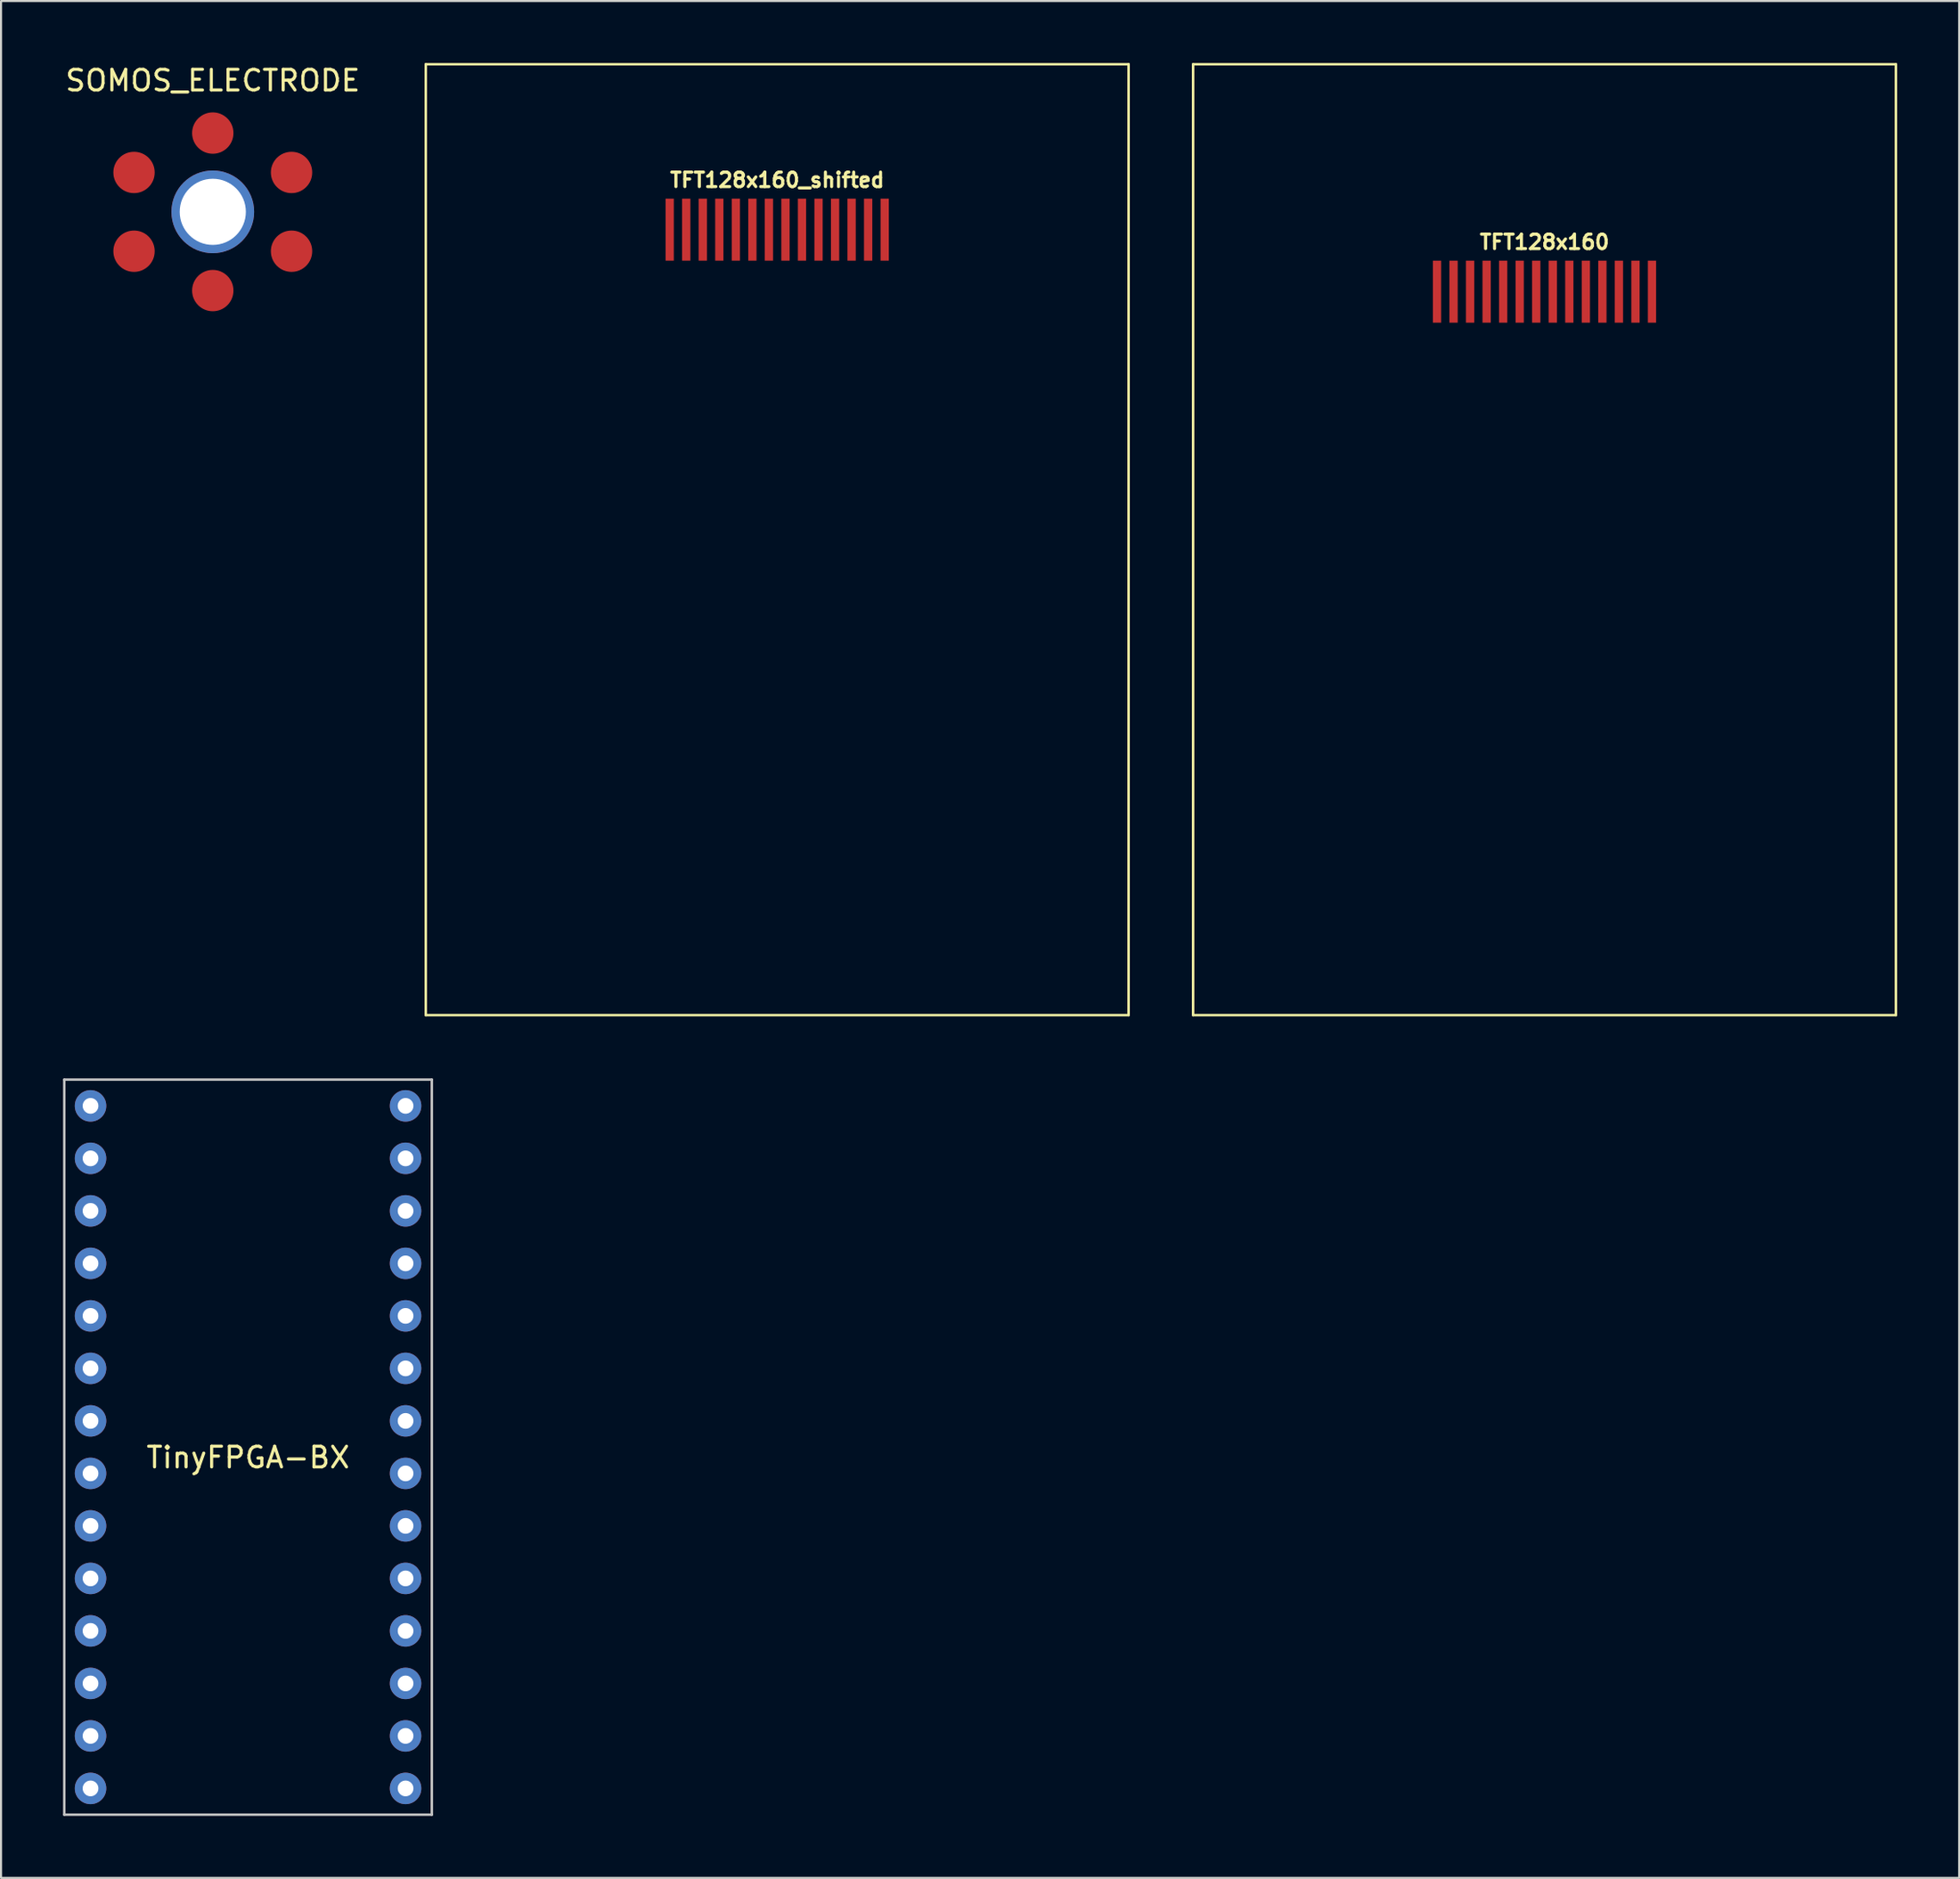
<source format=kicad_pcb>
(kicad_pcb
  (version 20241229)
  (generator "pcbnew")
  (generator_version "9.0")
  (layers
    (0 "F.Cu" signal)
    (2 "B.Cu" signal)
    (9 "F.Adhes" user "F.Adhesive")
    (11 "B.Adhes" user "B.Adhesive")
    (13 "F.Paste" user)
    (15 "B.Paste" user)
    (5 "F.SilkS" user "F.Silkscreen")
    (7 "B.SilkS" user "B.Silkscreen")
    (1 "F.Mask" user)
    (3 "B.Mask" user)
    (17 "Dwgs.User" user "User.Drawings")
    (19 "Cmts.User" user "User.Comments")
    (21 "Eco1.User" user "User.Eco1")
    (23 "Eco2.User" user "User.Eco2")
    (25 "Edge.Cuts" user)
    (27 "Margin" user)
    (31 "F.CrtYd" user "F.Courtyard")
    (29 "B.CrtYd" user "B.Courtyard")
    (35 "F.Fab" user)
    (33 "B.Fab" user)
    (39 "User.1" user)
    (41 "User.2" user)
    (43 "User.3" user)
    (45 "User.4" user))
  (footprint "TFT128x160"
    (layer "F.Cu")
    (at 71.668 11.06)
    (property "Reference" "TFT128x160" (at 0 -2.4 0) (layer "F.SilkS") (effects (font (size 0.7 0.7) (thickness 0.15))))
    (attr through_hole)
    (fp_line (start -17 -11) (end -17 35) (stroke (width 0.12) (type solid)) (layer "F.SilkS"))
    (fp_line (start -17 -11) (end 17 -11) (stroke (width 0.12) (type solid)) (layer "F.SilkS"))
    (fp_line (start -17 35) (end 17 35) (stroke (width 0.12) (type solid)) (layer "F.SilkS"))
    (fp_line (start 17 35) (end 17 -11) (stroke (width 0.12) (type solid)) (layer "F.SilkS"))
    (pad "1" smd rect (at -5.2 0) (size 0.4 3) (layers "F.Cu" "F.Mask" "F.Paste"))
    (pad "2" smd rect (at -4.4 0) (size 0.4 3) (layers "F.Cu" "F.Mask" "F.Paste"))
    (pad "3" smd rect (at -3.6 0) (size 0.4 3) (layers "F.Cu" "F.Mask" "F.Paste"))
    (pad "4" smd rect (at -2.8 0) (size 0.4 3) (layers "F.Cu" "F.Mask" "F.Paste"))
    (pad "5" smd rect (at -2 0) (size 0.4 3) (layers "F.Cu" "F.Mask" "F.Paste"))
    (pad "6" smd rect (at -1.2 0) (size 0.4 3) (layers "F.Cu" "F.Mask" "F.Paste"))
    (pad "7" smd rect (at -0.4 0) (size 0.4 3) (layers "F.Cu" "F.Mask" "F.Paste"))
    (pad "8" smd rect (at 0.4 0) (size 0.4 3) (layers "F.Cu" "F.Mask" "F.Paste"))
    (pad "9" smd rect (at 1.2 0) (size 0.4 3) (layers "F.Cu" "F.Mask" "F.Paste"))
    (pad "10" smd rect (at 2 0) (size 0.4 3) (layers "F.Cu" "F.Mask" "F.Paste"))
    (pad "11" smd rect (at 2.8 0) (size 0.4 3) (layers "F.Cu" "F.Mask" "F.Paste"))
    (pad "12" smd rect (at 3.6 0) (size 0.4 3) (layers "F.Cu" "F.Mask" "F.Paste"))
    (pad "13" smd rect (at 4.4 0) (size 0.4 3) (layers "F.Cu" "F.Mask" "F.Paste"))
    (pad "14" smd rect (at 5.2 0) (size 0.4 3) (layers "F.Cu" "F.Mask" "F.Paste")))
  (footprint "TFT128x160_shifted"
    (layer "F.Cu")
    (at 34.548 11.06)
    (property "Reference" "TFT128x160_shifted" (at 0 -5.4 0) (layer "F.SilkS") (effects (font (size 0.7 0.7) (thickness 0.15))))
    (attr through_hole)
    (fp_line (start -17 -11) (end -17 35) (stroke (width 0.12) (type solid)) (layer "F.SilkS"))
    (fp_line (start -17 -11) (end 17 -11) (stroke (width 0.12) (type solid)) (layer "F.SilkS"))
    (fp_line (start -17 35) (end 17 35) (stroke (width 0.12) (type solid)) (layer "F.SilkS"))
    (fp_line (start 17 35) (end 17 -11) (stroke (width 0.12) (type solid)) (layer "F.SilkS"))
    (pad "1" smd rect (at -5.2 -3) (size 0.4 3) (layers "F.Cu" "F.Mask" "F.Paste"))
    (pad "2" smd rect (at -4.4 -3) (size 0.4 3) (layers "F.Cu" "F.Mask" "F.Paste"))
    (pad "3" smd rect (at -3.6 -3) (size 0.4 3) (layers "F.Cu" "F.Mask" "F.Paste"))
    (pad "4" smd rect (at -2.8 -3) (size 0.4 3) (layers "F.Cu" "F.Mask" "F.Paste"))
    (pad "5" smd rect (at -2 -3) (size 0.4 3) (layers "F.Cu" "F.Mask" "F.Paste"))
    (pad "6" smd rect (at -1.2 -3) (size 0.4 3) (layers "F.Cu" "F.Mask" "F.Paste"))
    (pad "7" smd rect (at -0.4 -3) (size 0.4 3) (layers "F.Cu" "F.Mask" "F.Paste"))
    (pad "8" smd rect (at 0.4 -3) (size 0.4 3) (layers "F.Cu" "F.Mask" "F.Paste"))
    (pad "9" smd rect (at 1.2 -3) (size 0.4 3) (layers "F.Cu" "F.Mask" "F.Paste"))
    (pad "10" smd rect (at 2 -3) (size 0.4 3) (layers "F.Cu" "F.Mask" "F.Paste"))
    (pad "11" smd rect (at 2.8 -3) (size 0.4 3) (layers "F.Cu" "F.Mask" "F.Paste"))
    (pad "12" smd rect (at 3.6 -3) (size 0.4 3) (layers "F.Cu" "F.Mask" "F.Paste"))
    (pad "13" smd rect (at 4.4 -3) (size 0.4 3) (layers "F.Cu" "F.Mask" "F.Paste"))
    (pad "14" smd rect (at 5.2 -3) (size 0.4 3) (layers "F.Cu" "F.Mask" "F.Paste")))
  (footprint "TinyFPGA-BX"
    (layer "F.Cu")
    (at 8.95 66.96)
    (property "Reference" "TinyFPGA-BX" (at 0 0.5 0) (layer "F.SilkS") (effects (font (size 1 1) (thickness 0.15))))
    (attr through_hole)
    (fp_line (start -8.89 -17.78) (end 8.89 -17.78) (stroke (width 0.12) (type solid)) (layer "Dwgs.User"))
    (fp_line (start -8.89 17.78) (end -8.89 -17.78) (stroke (width 0.12) (type solid)) (layer "Dwgs.User"))
    (fp_line (start 8.89 -17.78) (end 8.89 17.78) (stroke (width 0.12) (type solid)) (layer "Dwgs.User"))
    (fp_line (start 8.89 17.78) (end -8.89 17.78) (stroke (width 0.12) (type solid)) (layer "Dwgs.User"))
    (pad "0" thru_hole circle (at -7.62 -16.51) (size 1.524 1.524) (drill 0.762) (layers "*.Cu" "*.Mask"))
    (pad "1" thru_hole circle (at -7.62 -13.97) (size 1.524 1.524) (drill 0.762) (layers "*.Cu" "*.Mask"))
    (pad "2" thru_hole circle (at -7.62 -11.43) (size 1.524 1.524) (drill 0.762) (layers "*.Cu" "*.Mask"))
    (pad "3" thru_hole circle (at -7.62 -8.89) (size 1.524 1.524) (drill 0.762) (layers "*.Cu" "*.Mask"))
    (pad "4" thru_hole circle (at -7.62 -6.35) (size 1.524 1.524) (drill 0.762) (layers "*.Cu" "*.Mask"))
    (pad "5" thru_hole circle (at -7.62 -3.81) (size 1.524 1.524) (drill 0.762) (layers "*.Cu" "*.Mask"))
    (pad "6" thru_hole circle (at -7.62 -1.27) (size 1.524 1.524) (drill 0.762) (layers "*.Cu" "*.Mask"))
    (pad "7" thru_hole circle (at -7.62 1.27) (size 1.524 1.524) (drill 0.762) (layers "*.Cu" "*.Mask"))
    (pad "8" thru_hole circle (at -7.62 3.81) (size 1.524 1.524) (drill 0.762) (layers "*.Cu" "*.Mask"))
    (pad "9" thru_hole circle (at -7.62 6.35) (size 1.524 1.524) (drill 0.762) (layers "*.Cu" "*.Mask"))
    (pad "10" thru_hole circle (at -7.62 8.89) (size 1.524 1.524) (drill 0.762) (layers "*.Cu" "*.Mask"))
    (pad "11" thru_hole circle (at -7.62 11.43) (size 1.524 1.524) (drill 0.762) (layers "*.Cu" "*.Mask"))
    (pad "12" thru_hole circle (at -7.62 13.97) (size 1.524 1.524) (drill 0.762) (layers "*.Cu" "*.Mask"))
    (pad "13" thru_hole circle (at -7.62 16.51) (size 1.524 1.524) (drill 0.762) (layers "*.Cu" "*.Mask"))
    (pad "14" thru_hole circle (at 7.62 16.51) (size 1.524 1.524) (drill 0.762) (layers "*.Cu" "*.Mask"))
    (pad "15" thru_hole circle (at 7.62 13.97) (size 1.524 1.524) (drill 0.762) (layers "*.Cu" "*.Mask"))
    (pad "16" thru_hole circle (at 7.62 11.43) (size 1.524 1.524) (drill 0.762) (layers "*.Cu" "*.Mask"))
    (pad "17" thru_hole circle (at 7.62 8.89) (size 1.524 1.524) (drill 0.762) (layers "*.Cu" "*.Mask"))
    (pad "18" thru_hole circle (at 7.62 6.35) (size 1.524 1.524) (drill 0.762) (layers "*.Cu" "*.Mask"))
    (pad "19" thru_hole circle (at 7.62 3.81) (size 1.524 1.524) (drill 0.762) (layers "*.Cu" "*.Mask"))
    (pad "20" thru_hole circle (at 7.62 1.27) (size 1.524 1.524) (drill 0.762) (layers "*.Cu" "*.Mask"))
    (pad "21" thru_hole circle (at 7.62 -1.27) (size 1.524 1.524) (drill 0.762) (layers "*.Cu" "*.Mask"))
    (pad "22" thru_hole circle (at 7.62 -3.81) (size 1.524 1.524) (drill 0.762) (layers "*.Cu" "*.Mask"))
    (pad "23" thru_hole circle (at 7.62 -6.35) (size 1.524 1.524) (drill 0.762) (layers "*.Cu" "*.Mask"))
    (pad "24" thru_hole circle (at 7.62 -8.89) (size 1.524 1.524) (drill 0.762) (layers "*.Cu" "*.Mask"))
    (pad "25" thru_hole circle (at 7.62 -11.43) (size 1.524 1.524) (drill 0.762) (layers "*.Cu" "*.Mask"))
    (pad "26" thru_hole circle (at 7.62 -13.97) (size 1.524 1.524) (drill 0.762) (layers "*.Cu" "*.Mask"))
    (pad "27" thru_hole circle (at 7.62 -16.51) (size 1.524 1.524) (drill 0.762) (layers "*.Cu" "*.Mask")))
  (footprint "SOMOS_ELECTRODE"
    (layer "F.Cu")
    (at 7.244 7.198)
    (property "Reference" "SOMOS_ELECTRODE" (at 0 -6.35 0) (layer "F.SilkS") (effects (font (size 1 1) (thickness 0.15))))
    (attr through_hole)
    (pad "1" smd circle (at -3.81 -1.905) (size 2 2) (layers "F.Cu" "F.Mask" "F.Paste"))
    (pad "1" smd circle (at -3.81 1.905) (size 2 2) (layers "F.Cu" "F.Mask" "F.Paste"))
    (pad "1" smd circle (at 0 -3.81) (size 2 2) (layers "F.Cu" "F.Mask" "F.Paste"))
    (pad "1" thru_hole circle (at 0 0) (size 4 4) (drill 3.2) (layers "*.Cu" "*.Mask"))
    (pad "1" smd circle (at 0 3.81) (size 2 2) (layers "F.Cu" "F.Mask" "F.Paste"))
    (pad "1" smd circle (at 3.81 -1.905) (size 2 2) (layers "F.Cu" "F.Mask" "F.Paste"))
    (pad "1" smd circle (at 3.81 1.905) (size 2 2) (layers "F.Cu" "F.Mask" "F.Paste")))
  (gr_rect
    (start -3 -3)
    (end 91.728 87.8)
    (stroke (width 0.1) (type default))
    (fill no)
    (layer "Edge.Cuts")))
</source>
